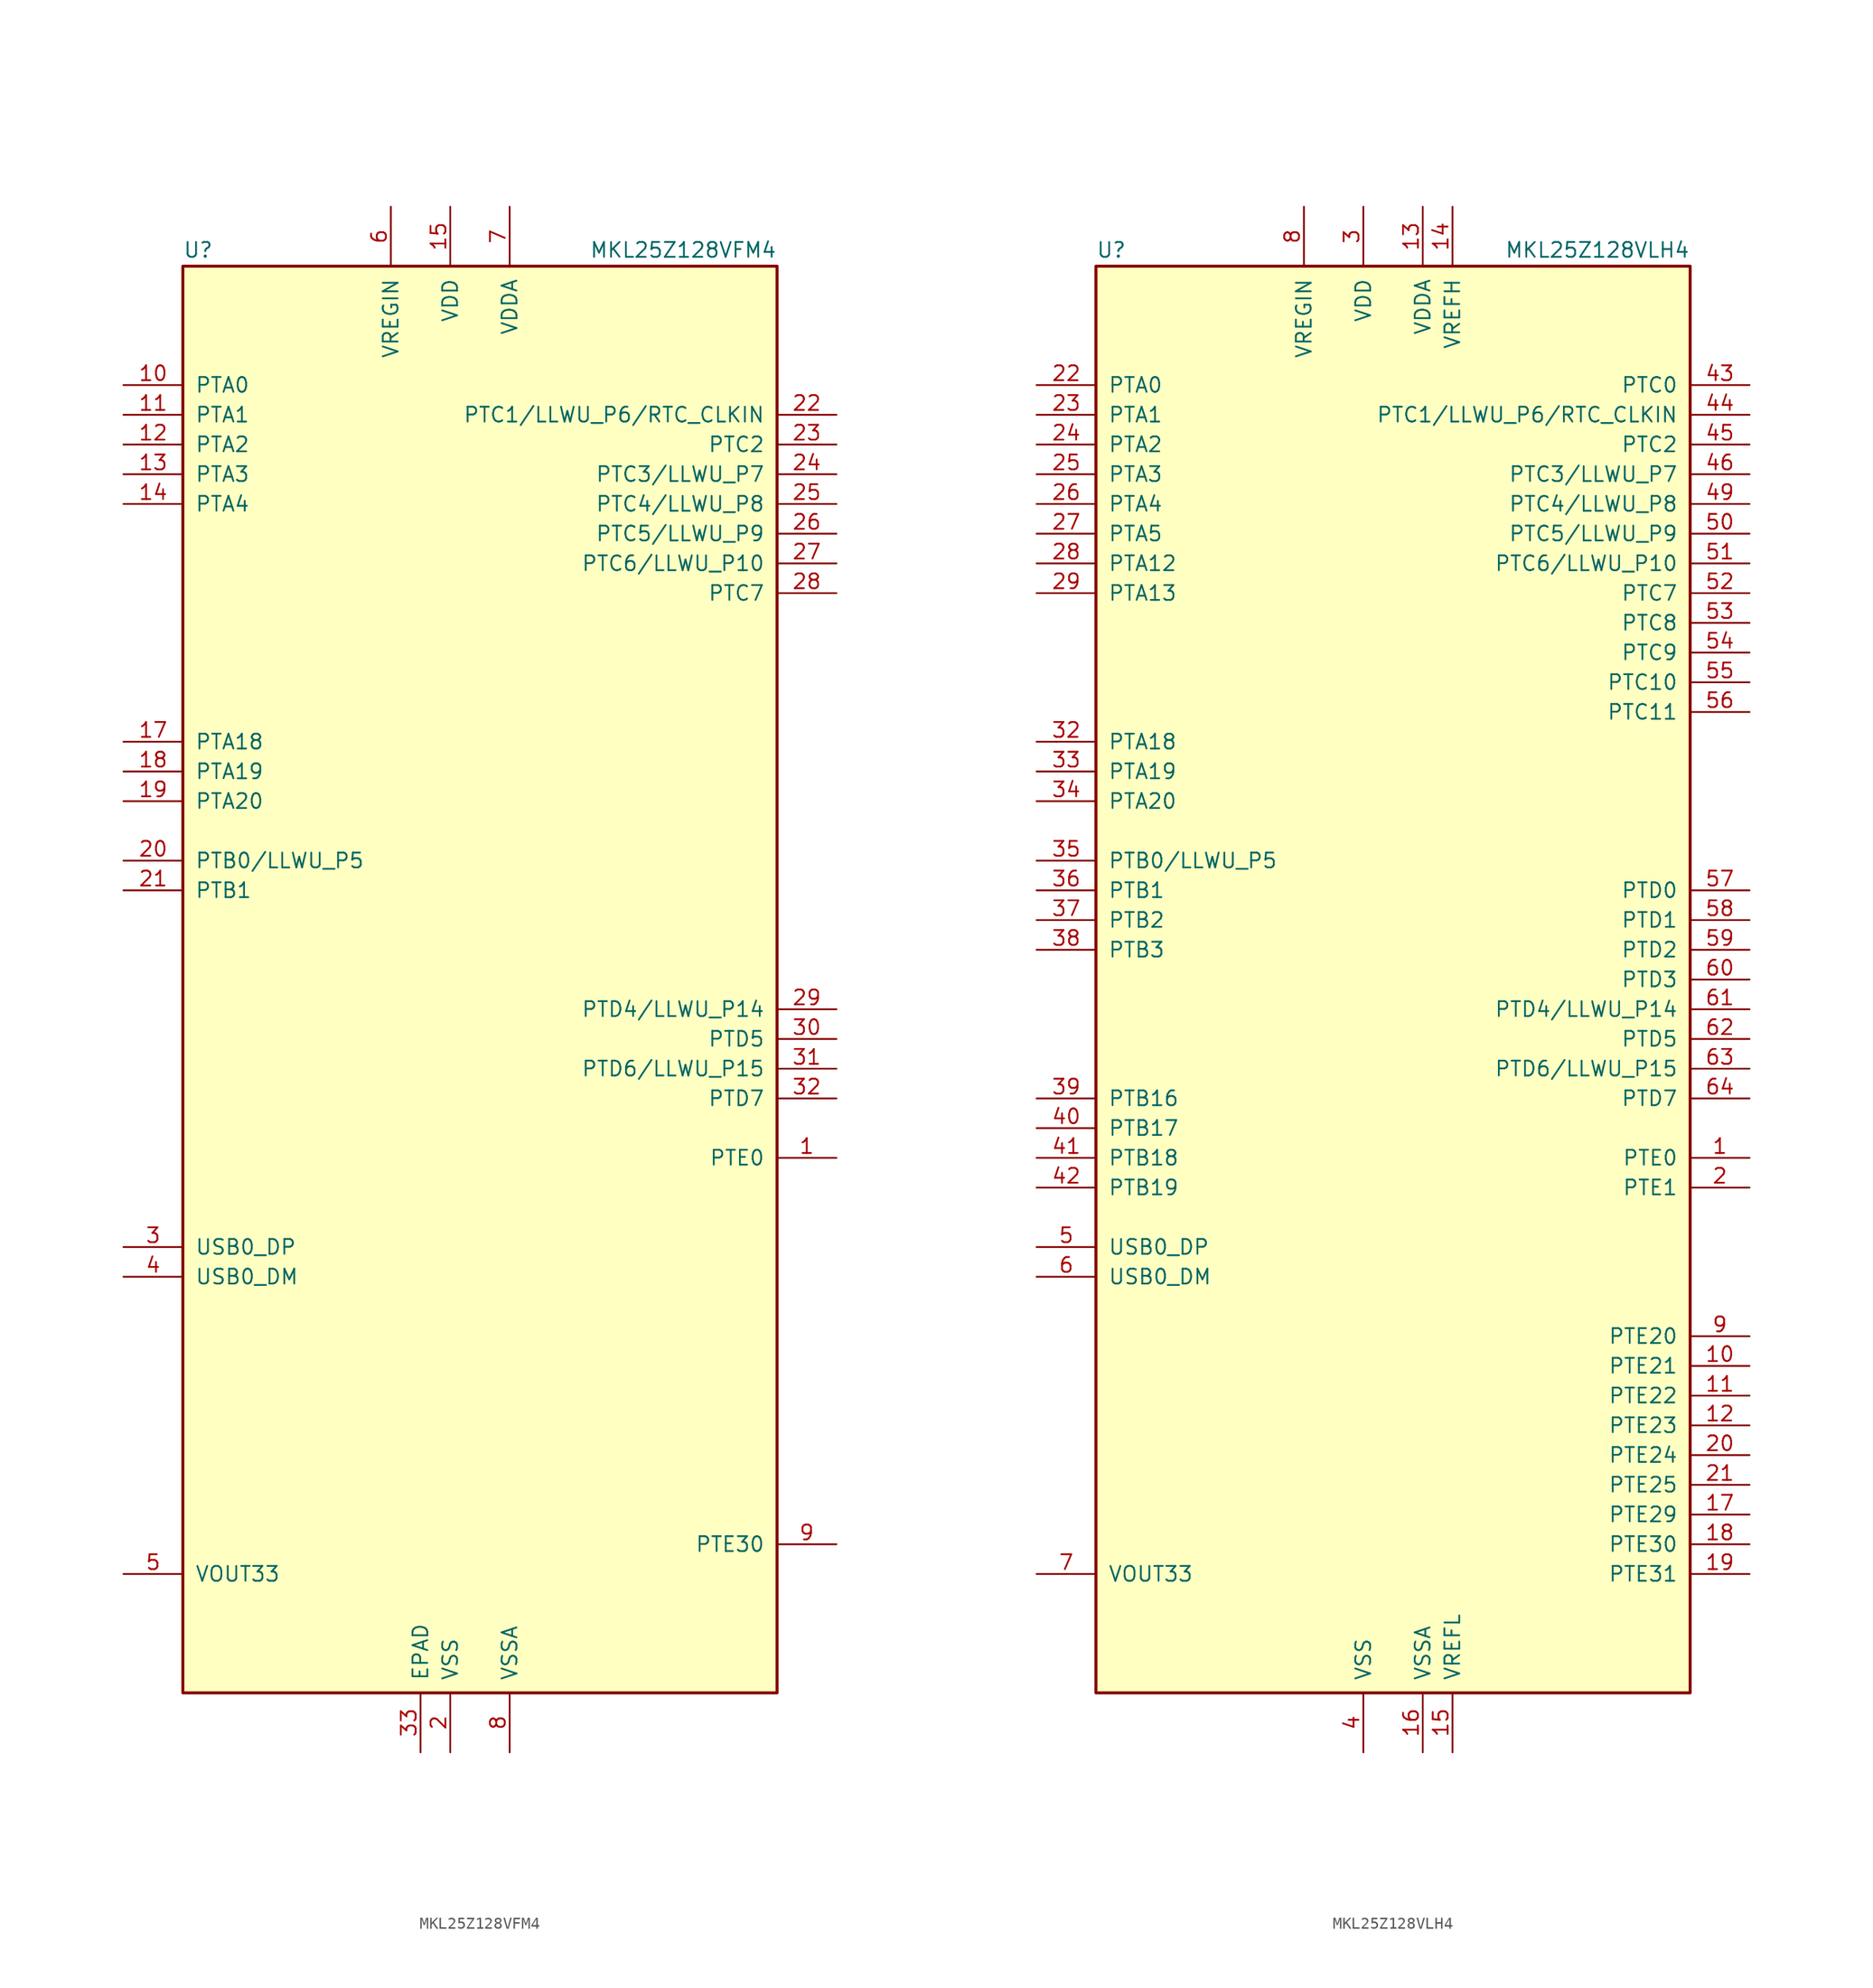
<source format=kicad_sym>
(kicad_symbol_lib
  (version 20231120)
  (generator "kicad_symbol_editor")
  (generator_version "8.0")
  (symbol "MKL25Z128VFM4"
    (pin_names
      (offset 1.016))
    (property "Reference" "U"
      (at -25.4 61.595 0)
      (effects (font (size 1.27 1.27)) (justify left bottom)))
    (property "Value" "MKL25Z128VFM4"
      (at 25.4 61.595 0)
      (effects (font (size 1.27 1.27)) (justify right bottom)))
    (symbol "MKL25Z128VFM4_0_1"
      (rectangle (start -25.4 60.96) (end 25.4 -60.96) (stroke (width 0.254) (type default)) (fill (type background))))
    (symbol "MKL25Z128VFM4_1_1"
      (pin bidirectional line (at 30.48 -15.24 180) (length 5.08) (name "PTE0" (effects (font (size 1.27 1.27)))) (number "1" (effects (font (size 1.27 1.27)))))
      (pin bidirectional line (at -30.48 50.8 0) (length 5.08) (name "PTA0" (effects (font (size 1.27 1.27)))) (number "10" (effects (font (size 1.27 1.27)))))
      (pin bidirectional line (at -30.48 48.26 0) (length 5.08) (name "PTA1" (effects (font (size 1.27 1.27)))) (number "11" (effects (font (size 1.27 1.27)))))
      (pin bidirectional line (at -30.48 45.72 0) (length 5.08) (name "PTA2" (effects (font (size 1.27 1.27)))) (number "12" (effects (font (size 1.27 1.27)))))
      (pin bidirectional line (at -30.48 43.18 0) (length 5.08) (name "PTA3" (effects (font (size 1.27 1.27)))) (number "13" (effects (font (size 1.27 1.27)))))
      (pin bidirectional line (at -30.48 40.64 0) (length 5.08) (name "PTA4" (effects (font (size 1.27 1.27)))) (number "14" (effects (font (size 1.27 1.27)))))
      (pin power_in line (at -2.54 66.04 270) (length 5.08) (name "VDD" (effects (font (size 1.27 1.27)))) (number "15" (effects (font (size 1.27 1.27)))))
      (pin passive line (at -2.54 -66.04 90) (length 5.08) hide (name "VSS" (effects (font (size 1.27 1.27)))) (number "16" (effects (font (size 1.27 1.27)))))
      (pin bidirectional line (at -30.48 20.32 0) (length 5.08) (name "PTA18" (effects (font (size 1.27 1.27)))) (number "17" (effects (font (size 1.27 1.27)))))
      (pin bidirectional line (at -30.48 17.78 0) (length 5.08) (name "PTA19" (effects (font (size 1.27 1.27)))) (number "18" (effects (font (size 1.27 1.27)))))
      (pin bidirectional line (at -30.48 15.24 0) (length 5.08) (name "PTA20" (effects (font (size 1.27 1.27)))) (number "19" (effects (font (size 1.27 1.27)))))
      (pin power_in line (at -2.54 -66.04 90) (length 5.08) (name "VSS" (effects (font (size 1.27 1.27)))) (number "2" (effects (font (size 1.27 1.27)))))
      (pin bidirectional line (at -30.48 10.16 0) (length 5.08) (name "PTB0/LLWU_P5" (effects (font (size 1.27 1.27)))) (number "20" (effects (font (size 1.27 1.27)))))
      (pin bidirectional line (at -30.48 7.62 0) (length 5.08) (name "PTB1" (effects (font (size 1.27 1.27)))) (number "21" (effects (font (size 1.27 1.27)))))
      (pin bidirectional line (at 30.48 48.26 180) (length 5.08) (name "PTC1/LLWU_P6/RTC_CLKIN" (effects (font (size 1.27 1.27)))) (number "22" (effects (font (size 1.27 1.27)))))
      (pin bidirectional line (at 30.48 45.72 180) (length 5.08) (name "PTC2" (effects (font (size 1.27 1.27)))) (number "23" (effects (font (size 1.27 1.27)))))
      (pin bidirectional line (at 30.48 43.18 180) (length 5.08) (name "PTC3/LLWU_P7" (effects (font (size 1.27 1.27)))) (number "24" (effects (font (size 1.27 1.27)))))
      (pin bidirectional line (at 30.48 40.64 180) (length 5.08) (name "PTC4/LLWU_P8" (effects (font (size 1.27 1.27)))) (number "25" (effects (font (size 1.27 1.27)))))
      (pin bidirectional line (at 30.48 38.1 180) (length 5.08) (name "PTC5/LLWU_P9" (effects (font (size 1.27 1.27)))) (number "26" (effects (font (size 1.27 1.27)))))
      (pin bidirectional line (at 30.48 35.56 180) (length 5.08) (name "PTC6/LLWU_P10" (effects (font (size 1.27 1.27)))) (number "27" (effects (font (size 1.27 1.27)))))
      (pin bidirectional line (at 30.48 33.02 180) (length 5.08) (name "PTC7" (effects (font (size 1.27 1.27)))) (number "28" (effects (font (size 1.27 1.27)))))
      (pin bidirectional line (at 30.48 -2.54 180) (length 5.08) (name "PTD4/LLWU_P14" (effects (font (size 1.27 1.27)))) (number "29" (effects (font (size 1.27 1.27)))))
      (pin bidirectional line (at -30.48 -22.86 0) (length 5.08) (name "USB0_DP" (effects (font (size 1.27 1.27)))) (number "3" (effects (font (size 1.27 1.27)))))
      (pin bidirectional line (at 30.48 -5.08 180) (length 5.08) (name "PTD5" (effects (font (size 1.27 1.27)))) (number "30" (effects (font (size 1.27 1.27)))))
      (pin bidirectional line (at 30.48 -7.62 180) (length 5.08) (name "PTD6/LLWU_P15" (effects (font (size 1.27 1.27)))) (number "31" (effects (font (size 1.27 1.27)))))
      (pin bidirectional line (at 30.48 -10.16 180) (length 5.08) (name "PTD7" (effects (font (size 1.27 1.27)))) (number "32" (effects (font (size 1.27 1.27)))))
      (pin power_in line (at -5.08 -66.04 90) (length 5.08) (name "EPAD" (effects (font (size 1.27 1.27)))) (number "33" (effects (font (size 1.27 1.27)))))
      (pin bidirectional line (at -30.48 -25.4 0) (length 5.08) (name "USB0_DM" (effects (font (size 1.27 1.27)))) (number "4" (effects (font (size 1.27 1.27)))))
      (pin power_out line (at -30.48 -50.8 0) (length 5.08) (name "VOUT33" (effects (font (size 1.27 1.27)))) (number "5" (effects (font (size 1.27 1.27)))))
      (pin power_in line (at -7.62 66.04 270) (length 5.08) (name "VREGIN" (effects (font (size 1.27 1.27)))) (number "6" (effects (font (size 1.27 1.27)))))
      (pin power_in line (at 2.54 66.04 270) (length 5.08) (name "VDDA" (effects (font (size 1.27 1.27)))) (number "7" (effects (font (size 1.27 1.27)))))
      (pin power_in line (at 2.54 -66.04 90) (length 5.08) (name "VSSA" (effects (font (size 1.27 1.27)))) (number "8" (effects (font (size 1.27 1.27)))))
      (pin bidirectional line (at 30.48 -48.26 180) (length 5.08) (name "PTE30" (effects (font (size 1.27 1.27)))) (number "9" (effects (font (size 1.27 1.27)))))))
  (symbol "MKL25Z128VLH4"
    (pin_names
      (offset 1.016))
    (property "Reference" "U"
      (at -25.4 61.595 0)
      (effects (font (size 1.27 1.27)) (justify left bottom)))
    (property "Value" "MKL25Z128VLH4"
      (at 25.4 61.595 0)
      (effects (font (size 1.27 1.27)) (justify right bottom)))
    (symbol "MKL25Z128VLH4_0_1"
      (rectangle (start -25.4 60.96) (end 25.4 -60.96) (stroke (width 0.254) (type default)) (fill (type background))))
    (symbol "MKL25Z128VLH4_1_1"
      (pin bidirectional line (at 30.48 -15.24 180) (length 5.08) (name "PTE0" (effects (font (size 1.27 1.27)))) (number "1" (effects (font (size 1.27 1.27)))))
      (pin bidirectional line (at 30.48 -33.02 180) (length 5.08) (name "PTE21" (effects (font (size 1.27 1.27)))) (number "10" (effects (font (size 1.27 1.27)))))
      (pin bidirectional line (at 30.48 -35.56 180) (length 5.08) (name "PTE22" (effects (font (size 1.27 1.27)))) (number "11" (effects (font (size 1.27 1.27)))))
      (pin bidirectional line (at 30.48 -38.1 180) (length 5.08) (name "PTE23" (effects (font (size 1.27 1.27)))) (number "12" (effects (font (size 1.27 1.27)))))
      (pin power_in line (at 2.54 66.04 270) (length 5.08) (name "VDDA" (effects (font (size 1.27 1.27)))) (number "13" (effects (font (size 1.27 1.27)))))
      (pin power_in line (at 5.08 66.04 270) (length 5.08) (name "VREFH" (effects (font (size 1.27 1.27)))) (number "14" (effects (font (size 1.27 1.27)))))
      (pin power_in line (at 5.08 -66.04 90) (length 5.08) (name "VREFL" (effects (font (size 1.27 1.27)))) (number "15" (effects (font (size 1.27 1.27)))))
      (pin power_in line (at 2.54 -66.04 90) (length 5.08) (name "VSSA" (effects (font (size 1.27 1.27)))) (number "16" (effects (font (size 1.27 1.27)))))
      (pin bidirectional line (at 30.48 -45.72 180) (length 5.08) (name "PTE29" (effects (font (size 1.27 1.27)))) (number "17" (effects (font (size 1.27 1.27)))))
      (pin bidirectional line (at 30.48 -48.26 180) (length 5.08) (name "PTE30" (effects (font (size 1.27 1.27)))) (number "18" (effects (font (size 1.27 1.27)))))
      (pin bidirectional line (at 30.48 -50.8 180) (length 5.08) (name "PTE31" (effects (font (size 1.27 1.27)))) (number "19" (effects (font (size 1.27 1.27)))))
      (pin bidirectional line (at 30.48 -17.78 180) (length 5.08) (name "PTE1" (effects (font (size 1.27 1.27)))) (number "2" (effects (font (size 1.27 1.27)))))
      (pin bidirectional line (at 30.48 -40.64 180) (length 5.08) (name "PTE24" (effects (font (size 1.27 1.27)))) (number "20" (effects (font (size 1.27 1.27)))))
      (pin bidirectional line (at 30.48 -43.18 180) (length 5.08) (name "PTE25" (effects (font (size 1.27 1.27)))) (number "21" (effects (font (size 1.27 1.27)))))
      (pin bidirectional line (at -30.48 50.8 0) (length 5.08) (name "PTA0" (effects (font (size 1.27 1.27)))) (number "22" (effects (font (size 1.27 1.27)))))
      (pin bidirectional line (at -30.48 48.26 0) (length 5.08) (name "PTA1" (effects (font (size 1.27 1.27)))) (number "23" (effects (font (size 1.27 1.27)))))
      (pin bidirectional line (at -30.48 45.72 0) (length 5.08) (name "PTA2" (effects (font (size 1.27 1.27)))) (number "24" (effects (font (size 1.27 1.27)))))
      (pin bidirectional line (at -30.48 43.18 0) (length 5.08) (name "PTA3" (effects (font (size 1.27 1.27)))) (number "25" (effects (font (size 1.27 1.27)))))
      (pin bidirectional line (at -30.48 40.64 0) (length 5.08) (name "PTA4" (effects (font (size 1.27 1.27)))) (number "26" (effects (font (size 1.27 1.27)))))
      (pin bidirectional line (at -30.48 38.1 0) (length 5.08) (name "PTA5" (effects (font (size 1.27 1.27)))) (number "27" (effects (font (size 1.27 1.27)))))
      (pin bidirectional line (at -30.48 35.56 0) (length 5.08) (name "PTA12" (effects (font (size 1.27 1.27)))) (number "28" (effects (font (size 1.27 1.27)))))
      (pin bidirectional line (at -30.48 33.02 0) (length 5.08) (name "PTA13" (effects (font (size 1.27 1.27)))) (number "29" (effects (font (size 1.27 1.27)))))
      (pin power_in line (at -2.54 66.04 270) (length 5.08) (name "VDD" (effects (font (size 1.27 1.27)))) (number "3" (effects (font (size 1.27 1.27)))))
      (pin passive line (at -2.54 66.04 270) (length 5.08) hide (name "VDD" (effects (font (size 1.27 1.27)))) (number "30" (effects (font (size 1.27 1.27)))))
      (pin passive line (at -2.54 -66.04 90) (length 5.08) hide (name "VSS" (effects (font (size 1.27 1.27)))) (number "31" (effects (font (size 1.27 1.27)))))
      (pin bidirectional line (at -30.48 20.32 0) (length 5.08) (name "PTA18" (effects (font (size 1.27 1.27)))) (number "32" (effects (font (size 1.27 1.27)))))
      (pin bidirectional line (at -30.48 17.78 0) (length 5.08) (name "PTA19" (effects (font (size 1.27 1.27)))) (number "33" (effects (font (size 1.27 1.27)))))
      (pin bidirectional line (at -30.48 15.24 0) (length 5.08) (name "PTA20" (effects (font (size 1.27 1.27)))) (number "34" (effects (font (size 1.27 1.27)))))
      (pin bidirectional line (at -30.48 10.16 0) (length 5.08) (name "PTB0/LLWU_P5" (effects (font (size 1.27 1.27)))) (number "35" (effects (font (size 1.27 1.27)))))
      (pin bidirectional line (at -30.48 7.62 0) (length 5.08) (name "PTB1" (effects (font (size 1.27 1.27)))) (number "36" (effects (font (size 1.27 1.27)))))
      (pin bidirectional line (at -30.48 5.08 0) (length 5.08) (name "PTB2" (effects (font (size 1.27 1.27)))) (number "37" (effects (font (size 1.27 1.27)))))
      (pin bidirectional line (at -30.48 2.54 0) (length 5.08) (name "PTB3" (effects (font (size 1.27 1.27)))) (number "38" (effects (font (size 1.27 1.27)))))
      (pin bidirectional line (at -30.48 -10.16 0) (length 5.08) (name "PTB16" (effects (font (size 1.27 1.27)))) (number "39" (effects (font (size 1.27 1.27)))))
      (pin power_in line (at -2.54 -66.04 90) (length 5.08) (name "VSS" (effects (font (size 1.27 1.27)))) (number "4" (effects (font (size 1.27 1.27)))))
      (pin bidirectional line (at -30.48 -12.7 0) (length 5.08) (name "PTB17" (effects (font (size 1.27 1.27)))) (number "40" (effects (font (size 1.27 1.27)))))
      (pin bidirectional line (at -30.48 -15.24 0) (length 5.08) (name "PTB18" (effects (font (size 1.27 1.27)))) (number "41" (effects (font (size 1.27 1.27)))))
      (pin bidirectional line (at -30.48 -17.78 0) (length 5.08) (name "PTB19" (effects (font (size 1.27 1.27)))) (number "42" (effects (font (size 1.27 1.27)))))
      (pin bidirectional line (at 30.48 50.8 180) (length 5.08) (name "PTC0" (effects (font (size 1.27 1.27)))) (number "43" (effects (font (size 1.27 1.27)))))
      (pin bidirectional line (at 30.48 48.26 180) (length 5.08) (name "PTC1/LLWU_P6/RTC_CLKIN" (effects (font (size 1.27 1.27)))) (number "44" (effects (font (size 1.27 1.27)))))
      (pin bidirectional line (at 30.48 45.72 180) (length 5.08) (name "PTC2" (effects (font (size 1.27 1.27)))) (number "45" (effects (font (size 1.27 1.27)))))
      (pin bidirectional line (at 30.48 43.18 180) (length 5.08) (name "PTC3/LLWU_P7" (effects (font (size 1.27 1.27)))) (number "46" (effects (font (size 1.27 1.27)))))
      (pin passive line (at -2.54 -66.04 90) (length 5.08) hide (name "VSS" (effects (font (size 1.27 1.27)))) (number "47" (effects (font (size 1.27 1.27)))))
      (pin passive line (at -2.54 66.04 270) (length 5.08) hide (name "VDD" (effects (font (size 1.27 1.27)))) (number "48" (effects (font (size 1.27 1.27)))))
      (pin bidirectional line (at 30.48 40.64 180) (length 5.08) (name "PTC4/LLWU_P8" (effects (font (size 1.27 1.27)))) (number "49" (effects (font (size 1.27 1.27)))))
      (pin bidirectional line (at -30.48 -22.86 0) (length 5.08) (name "USB0_DP" (effects (font (size 1.27 1.27)))) (number "5" (effects (font (size 1.27 1.27)))))
      (pin bidirectional line (at 30.48 38.1 180) (length 5.08) (name "PTC5/LLWU_P9" (effects (font (size 1.27 1.27)))) (number "50" (effects (font (size 1.27 1.27)))))
      (pin bidirectional line (at 30.48 35.56 180) (length 5.08) (name "PTC6/LLWU_P10" (effects (font (size 1.27 1.27)))) (number "51" (effects (font (size 1.27 1.27)))))
      (pin bidirectional line (at 30.48 33.02 180) (length 5.08) (name "PTC7" (effects (font (size 1.27 1.27)))) (number "52" (effects (font (size 1.27 1.27)))))
      (pin bidirectional line (at 30.48 30.48 180) (length 5.08) (name "PTC8" (effects (font (size 1.27 1.27)))) (number "53" (effects (font (size 1.27 1.27)))))
      (pin bidirectional line (at 30.48 27.94 180) (length 5.08) (name "PTC9" (effects (font (size 1.27 1.27)))) (number "54" (effects (font (size 1.27 1.27)))))
      (pin bidirectional line (at 30.48 25.4 180) (length 5.08) (name "PTC10" (effects (font (size 1.27 1.27)))) (number "55" (effects (font (size 1.27 1.27)))))
      (pin bidirectional line (at 30.48 22.86 180) (length 5.08) (name "PTC11" (effects (font (size 1.27 1.27)))) (number "56" (effects (font (size 1.27 1.27)))))
      (pin bidirectional line (at 30.48 7.62 180) (length 5.08) (name "PTD0" (effects (font (size 1.27 1.27)))) (number "57" (effects (font (size 1.27 1.27)))))
      (pin bidirectional line (at 30.48 5.08 180) (length 5.08) (name "PTD1" (effects (font (size 1.27 1.27)))) (number "58" (effects (font (size 1.27 1.27)))))
      (pin bidirectional line (at 30.48 2.54 180) (length 5.08) (name "PTD2" (effects (font (size 1.27 1.27)))) (number "59" (effects (font (size 1.27 1.27)))))
      (pin bidirectional line (at -30.48 -25.4 0) (length 5.08) (name "USB0_DM" (effects (font (size 1.27 1.27)))) (number "6" (effects (font (size 1.27 1.27)))))
      (pin bidirectional line (at 30.48 0 180) (length 5.08) (name "PTD3" (effects (font (size 1.27 1.27)))) (number "60" (effects (font (size 1.27 1.27)))))
      (pin bidirectional line (at 30.48 -2.54 180) (length 5.08) (name "PTD4/LLWU_P14" (effects (font (size 1.27 1.27)))) (number "61" (effects (font (size 1.27 1.27)))))
      (pin bidirectional line (at 30.48 -5.08 180) (length 5.08) (name "PTD5" (effects (font (size 1.27 1.27)))) (number "62" (effects (font (size 1.27 1.27)))))
      (pin bidirectional line (at 30.48 -7.62 180) (length 5.08) (name "PTD6/LLWU_P15" (effects (font (size 1.27 1.27)))) (number "63" (effects (font (size 1.27 1.27)))))
      (pin bidirectional line (at 30.48 -10.16 180) (length 5.08) (name "PTD7" (effects (font (size 1.27 1.27)))) (number "64" (effects (font (size 1.27 1.27)))))
      (pin power_out line (at -30.48 -50.8 0) (length 5.08) (name "VOUT33" (effects (font (size 1.27 1.27)))) (number "7" (effects (font (size 1.27 1.27)))))
      (pin power_in line (at -7.62 66.04 270) (length 5.08) (name "VREGIN" (effects (font (size 1.27 1.27)))) (number "8" (effects (font (size 1.27 1.27)))))
      (pin bidirectional line (at 30.48 -30.48 180) (length 5.08) (name "PTE20" (effects (font (size 1.27 1.27)))) (number "9" (effects (font (size 1.27 1.27))))))))
</source>
